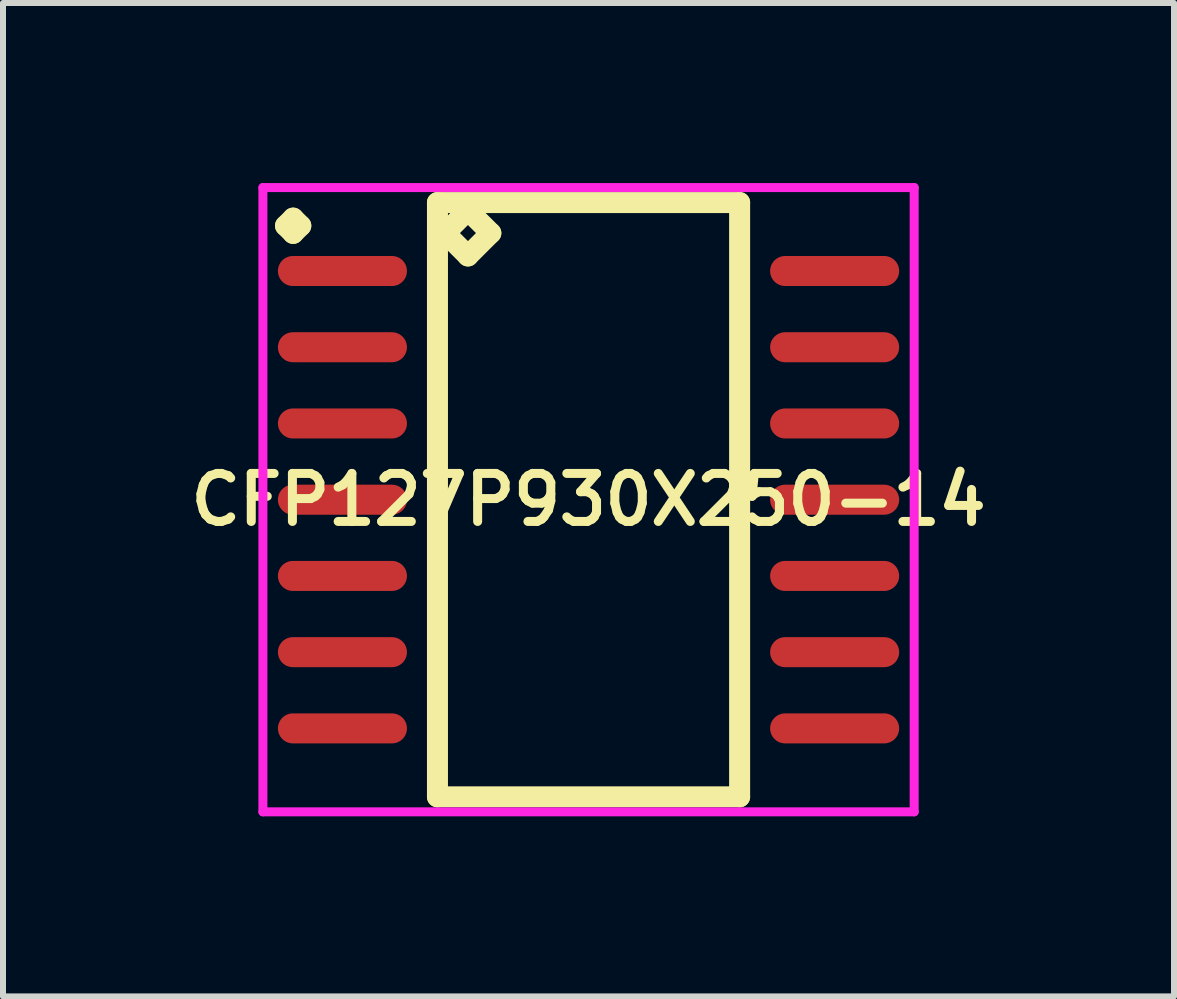
<source format=kicad_pcb>
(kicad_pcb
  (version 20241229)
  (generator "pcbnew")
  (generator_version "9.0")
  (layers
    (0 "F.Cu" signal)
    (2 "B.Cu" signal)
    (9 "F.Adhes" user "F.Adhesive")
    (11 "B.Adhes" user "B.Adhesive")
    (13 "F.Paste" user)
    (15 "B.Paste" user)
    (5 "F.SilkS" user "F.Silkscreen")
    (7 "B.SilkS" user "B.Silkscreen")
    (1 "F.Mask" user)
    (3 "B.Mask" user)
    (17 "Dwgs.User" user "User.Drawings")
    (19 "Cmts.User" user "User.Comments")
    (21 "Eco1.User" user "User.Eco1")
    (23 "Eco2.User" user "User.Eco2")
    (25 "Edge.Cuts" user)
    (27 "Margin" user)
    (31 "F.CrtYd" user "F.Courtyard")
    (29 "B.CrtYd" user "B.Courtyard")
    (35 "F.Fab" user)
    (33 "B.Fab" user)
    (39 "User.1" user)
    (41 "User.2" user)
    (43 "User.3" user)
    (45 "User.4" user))
  (footprint "CFP127P930X250-14"
    (layer "F.Cu")
    (at 6.755 5.275)
    (property "Reference" "CFP127P930X250-14" (at 0 0 0) (layer "F.SilkS") (effects (font (size 0.8 0.8) (thickness 0.15))))
    (attr smd)
    (fp_line (start -5.048 -4.564) (end -4.921 -4.691) (stroke (width 0.35) (type solid)) (layer "F.SilkS"))
    (fp_line (start -4.921 -4.691) (end -4.794 -4.564) (stroke (width 0.35) (type solid)) (layer "F.SilkS"))
    (fp_line (start -4.921 -4.437) (end -5.048 -4.564) (stroke (width 0.35) (type solid)) (layer "F.SilkS"))
    (fp_line (start -4.794 -4.564) (end -4.921 -4.437) (stroke (width 0.35) (type solid)) (layer "F.SilkS"))
    (fp_line (start -2.517 -4.95) (end -2.517 4.95) (stroke (width 0.35) (type solid)) (layer "F.SilkS"))
    (fp_line (start -2.517 4.95) (end 2.517 4.95) (stroke (width 0.35) (type solid)) (layer "F.SilkS"))
    (fp_line (start -2.39 -4.442) (end -2.009 -4.823) (stroke (width 0.35) (type solid)) (layer "F.SilkS"))
    (fp_line (start -2.009 -4.823) (end -1.628 -4.442) (stroke (width 0.35) (type solid)) (layer "F.SilkS"))
    (fp_line (start -2.009 -4.061) (end -2.39 -4.442) (stroke (width 0.35) (type solid)) (layer "F.SilkS"))
    (fp_line (start -1.628 -4.442) (end -2.009 -4.061) (stroke (width 0.35) (type solid)) (layer "F.SilkS"))
    (fp_line (start 2.517 -4.95) (end -2.517 -4.95) (stroke (width 0.35) (type solid)) (layer "F.SilkS"))
    (fp_line (start 2.517 4.95) (end 2.517 -4.95) (stroke (width 0.35) (type solid)) (layer "F.SilkS"))
    (fp_line (start -5.425 -5.2) (end 5.425 -5.2) (stroke (width 0.15) (type solid)) (layer "F.CrtYd"))
    (fp_line (start -5.425 5.2) (end -5.425 -5.2) (stroke (width 0.15) (type solid)) (layer "F.CrtYd"))
    (fp_line (start 5.425 -5.2) (end 5.425 5.2) (stroke (width 0.15) (type solid)) (layer "F.CrtYd"))
    (fp_line (start 5.425 5.2) (end -5.425 5.2) (stroke (width 0.15) (type solid)) (layer "F.CrtYd"))
    (pad "1" smd oval (at -4.1 -3.81) (size 2.15 0.5) (layers "F.Cu" "F.Mask" "F.Paste"))
    (pad "2" smd oval (at -4.1 -2.54) (size 2.15 0.5) (layers "F.Cu" "F.Mask" "F.Paste"))
    (pad "3" smd oval (at -4.1 -1.27) (size 2.15 0.5) (layers "F.Cu" "F.Mask" "F.Paste"))
    (pad "4" smd oval (at -4.1 0) (size 2.15 0.5) (layers "F.Cu" "F.Mask" "F.Paste"))
    (pad "5" smd oval (at -4.1 1.27) (size 2.15 0.5) (layers "F.Cu" "F.Mask" "F.Paste"))
    (pad "6" smd oval (at -4.1 2.54) (size 2.15 0.5) (layers "F.Cu" "F.Mask" "F.Paste"))
    (pad "7" smd oval (at -4.1 3.81) (size 2.15 0.5) (layers "F.Cu" "F.Mask" "F.Paste"))
    (pad "8" smd oval (at 4.1 3.81) (size 2.15 0.5) (layers "F.Cu" "F.Mask" "F.Paste"))
    (pad "9" smd oval (at 4.1 2.54) (size 2.15 0.5) (layers "F.Cu" "F.Mask" "F.Paste"))
    (pad "10" smd oval (at 4.1 1.27) (size 2.15 0.5) (layers "F.Cu" "F.Mask" "F.Paste"))
    (pad "11" smd oval (at 4.1 0) (size 2.15 0.5) (layers "F.Cu" "F.Mask" "F.Paste"))
    (pad "12" smd oval (at 4.1 -1.27) (size 2.15 0.5) (layers "F.Cu" "F.Mask" "F.Paste"))
    (pad "13" smd oval (at 4.1 -2.54) (size 2.15 0.5) (layers "F.Cu" "F.Mask" "F.Paste"))
    (pad "14" smd oval (at 4.1 -3.81) (size 2.15 0.5) (layers "F.Cu" "F.Mask" "F.Paste")))
  (gr_rect
    (start -3 -3)
    (end 16.509 13.55)
    (stroke (width 0.1) (type default))
    (fill no)
    (layer "Edge.Cuts")))
</source>
